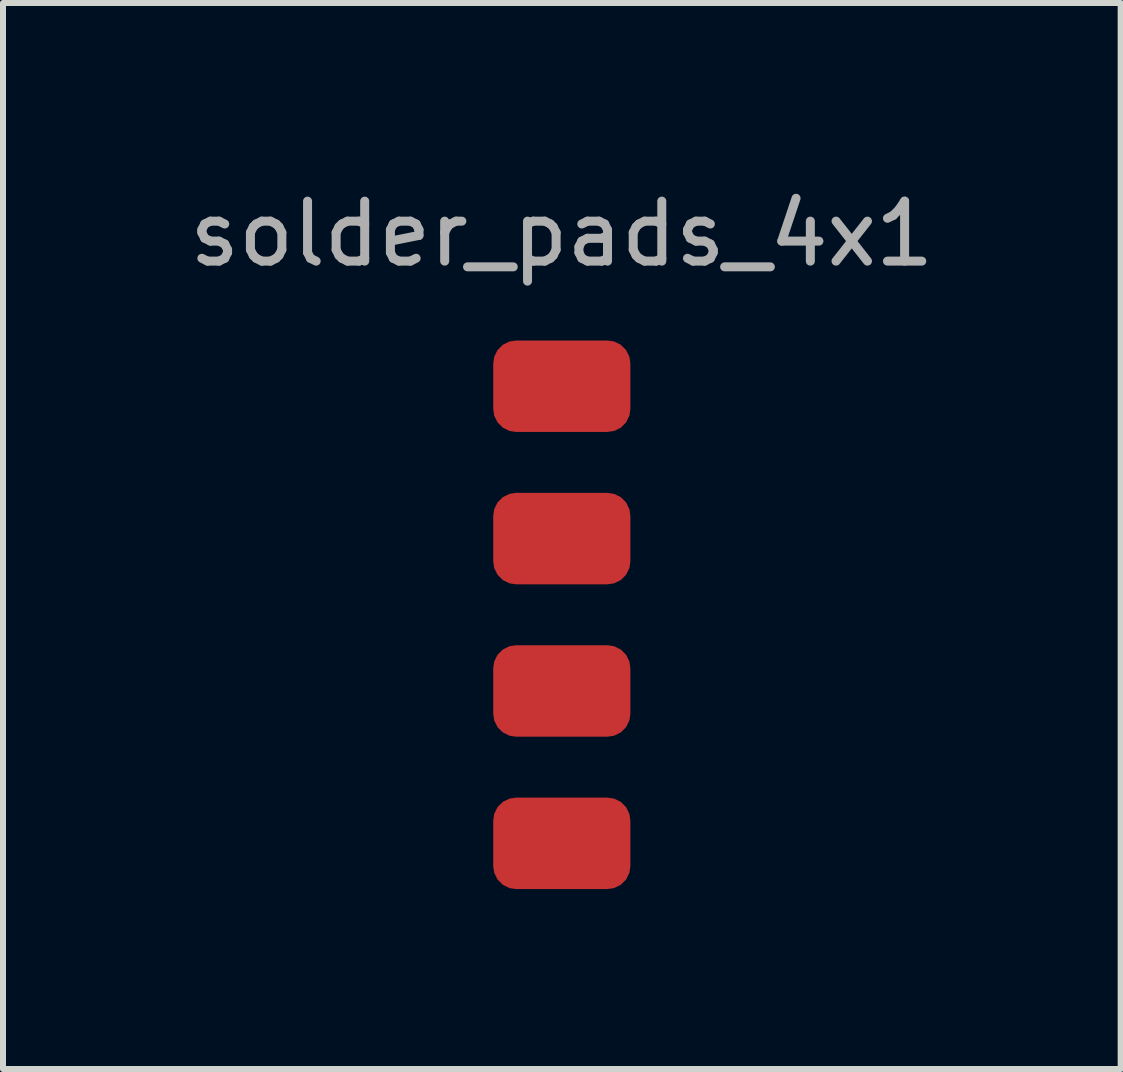
<source format=kicad_pcb>
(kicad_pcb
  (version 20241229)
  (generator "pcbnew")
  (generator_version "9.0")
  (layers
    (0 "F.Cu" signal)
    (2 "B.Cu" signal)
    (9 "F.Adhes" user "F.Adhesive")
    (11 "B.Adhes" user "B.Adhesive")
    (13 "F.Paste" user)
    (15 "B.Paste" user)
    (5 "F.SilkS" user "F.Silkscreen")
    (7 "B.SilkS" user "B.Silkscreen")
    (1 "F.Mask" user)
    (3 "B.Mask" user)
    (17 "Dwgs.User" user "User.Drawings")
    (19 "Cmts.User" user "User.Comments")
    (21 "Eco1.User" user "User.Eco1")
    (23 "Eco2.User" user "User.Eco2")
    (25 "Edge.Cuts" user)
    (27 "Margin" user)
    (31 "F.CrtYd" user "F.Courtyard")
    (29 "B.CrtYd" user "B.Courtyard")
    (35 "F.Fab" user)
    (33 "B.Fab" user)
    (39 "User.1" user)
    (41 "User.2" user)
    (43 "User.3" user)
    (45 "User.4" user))
  (footprint "solder_pads_4x1"
    (layer "F.Cu")
    (at 6.315 3.388)
    (property "Reference" "solder_pads_4x1" (at 0 -2.54 0) (unlocked yes) (layer "F.SilkS") (effects (font (size 1 1) (thickness 0.1))))
    (attr smd)
    (fp_text user "${REFERENCE}" (at 0 -2.54 0) (unlocked yes) (layer "F.Fab") (effects (font (size 1 1) (thickness 0.15))))
    (pad "1" smd roundrect (at 0 0) (size 2.286 1.524) (layers "F.Cu" "F.Mask") (roundrect_rratio 0.25))
    (pad "2" connect roundrect (at 0 2.54) (size 2.286 1.524) (layers "F.Cu" "F.Mask") (roundrect_rratio 0.25))
    (pad "3" connect roundrect (at 0 5.08) (size 2.286 1.524) (layers "F.Cu" "F.Mask") (roundrect_rratio 0.25))
    (pad "4" connect roundrect (at 0 7.62) (size 2.286 1.524) (layers "F.Cu" "F.Mask") (roundrect_rratio 0.25)))
  (gr_rect
    (start -3 -3)
    (end 15.631 14.77)
    (stroke (width 0.1) (type default))
    (fill no)
    (layer "Edge.Cuts")))
</source>
